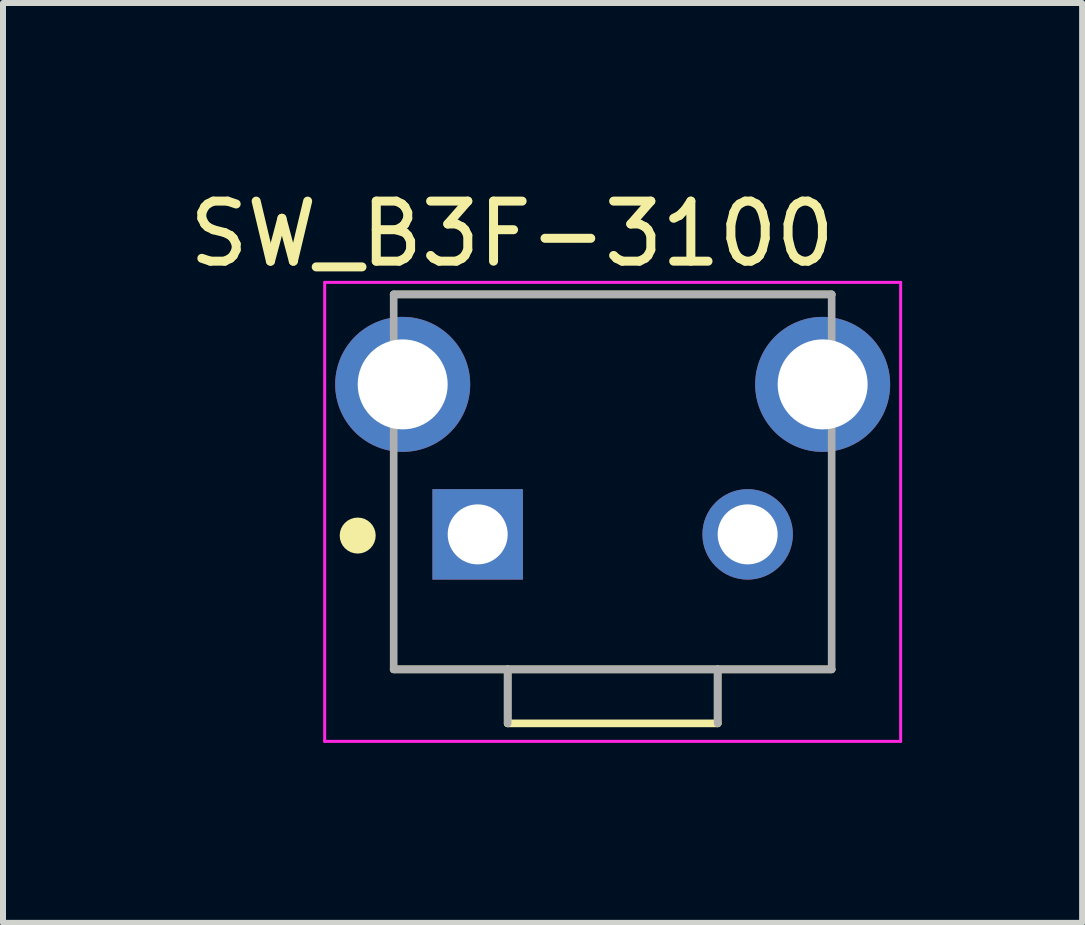
<source format=kicad_pcb>
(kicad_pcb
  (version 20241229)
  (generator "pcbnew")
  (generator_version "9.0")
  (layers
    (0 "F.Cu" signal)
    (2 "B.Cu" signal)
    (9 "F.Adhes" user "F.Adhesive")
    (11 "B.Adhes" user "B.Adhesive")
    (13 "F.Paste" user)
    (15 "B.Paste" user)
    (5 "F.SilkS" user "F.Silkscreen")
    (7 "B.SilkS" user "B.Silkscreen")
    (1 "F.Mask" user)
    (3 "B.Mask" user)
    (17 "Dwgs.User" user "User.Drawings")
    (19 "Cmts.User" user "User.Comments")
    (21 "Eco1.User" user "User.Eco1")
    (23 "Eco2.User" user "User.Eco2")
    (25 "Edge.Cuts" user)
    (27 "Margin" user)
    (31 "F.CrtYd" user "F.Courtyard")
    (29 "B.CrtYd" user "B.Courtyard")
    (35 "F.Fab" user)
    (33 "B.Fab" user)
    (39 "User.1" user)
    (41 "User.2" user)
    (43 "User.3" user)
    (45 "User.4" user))
  (footprint "SW_B3F-3100"
    (layer "F.Cu")
    (at 7.162 5.857)
    (property "Reference" "SW_B3F-3100" (at -1.676 -5.009 0) (layer "F.SilkS") (effects (font (size 1.001 1.001) (thickness 0.15))))
    (attr through_hole)
    (fp_line (start -3.65 -4) (end 3.65 -4) (stroke (width 0.127) (type solid)) (layer "F.SilkS"))
    (fp_line (start -1.75 2.25) (end -3.65 2.25) (stroke (width 0.127) (type solid)) (layer "F.SilkS"))
    (fp_line (start -1.75 3.15) (end -1.75 2.25) (stroke (width 0.127) (type solid)) (layer "F.SilkS"))
    (fp_line (start -1.75 3.15) (end 1.75 3.15) (stroke (width 0.127) (type solid)) (layer "F.SilkS"))
    (fp_line (start 1.75 2.25) (end -1.75 2.25) (stroke (width 0.127) (type solid)) (layer "F.SilkS"))
    (fp_line (start 1.75 3.15) (end 1.75 2.25) (stroke (width 0.127) (type solid)) (layer "F.SilkS"))
    (fp_line (start 3.65 2.25) (end 1.75 2.25) (stroke (width 0.127) (type solid)) (layer "F.SilkS"))
    (fp_circle (center -4.25 0.02) (end -4.1 0.02) (stroke (width 0.3) (type solid)) (fill no) (layer "F.SilkS"))
    (fp_line (start -4.8 -4.2) (end 4.8 -4.2) (stroke (width 0.05) (type solid)) (layer "F.CrtYd"))
    (fp_line (start -4.8 3.45) (end -4.8 -4.2) (stroke (width 0.05) (type solid)) (layer "F.CrtYd"))
    (fp_line (start 4.8 -4.2) (end 4.8 3.45) (stroke (width 0.05) (type solid)) (layer "F.CrtYd"))
    (fp_line (start 4.8 3.45) (end -4.8 3.45) (stroke (width 0.05) (type solid)) (layer "F.CrtYd"))
    (fp_line (start -3.65 -4) (end -3.65 2.25) (stroke (width 0.127) (type solid)) (layer "F.Fab"))
    (fp_line (start -3.65 2.25) (end -1.75 2.25) (stroke (width 0.127) (type solid)) (layer "F.Fab"))
    (fp_line (start -1.75 2.25) (end 1.75 2.25) (stroke (width 0.127) (type solid)) (layer "F.Fab"))
    (fp_line (start -1.75 3.15) (end -1.75 2.25) (stroke (width 0.127) (type solid)) (layer "F.Fab"))
    (fp_line (start 1.75 2.25) (end 3.65 2.25) (stroke (width 0.127) (type solid)) (layer "F.Fab"))
    (fp_line (start 1.75 3.15) (end 1.75 2.25) (stroke (width 0.127) (type solid)) (layer "F.Fab"))
    (fp_line (start 3.65 -4) (end -3.65 -4) (stroke (width 0.127) (type solid)) (layer "F.Fab"))
    (fp_line (start 3.65 2.25) (end 3.65 -4) (stroke (width 0.127) (type solid)) (layer "F.Fab"))
    (pad "1" thru_hole rect (at -2.25 0) (size 1.508 1.508) (drill 1) (layers "*.Cu" "*.Mask"))
    (pad "2" thru_hole circle (at 2.25 0) (size 1.508 1.508) (drill 1) (layers "*.Cu" "*.Mask"))
    (pad "3" thru_hole circle (at -3.5 -2.5) (size 2.25 2.25) (drill 1.5) (layers "*.Cu" "*.Mask"))
    (pad "4" thru_hole circle (at 3.5 -2.5) (size 2.25 2.25) (drill 1.5) (layers "*.Cu" "*.Mask")))
  (gr_rect
    (start -3 -3)
    (end 14.987 12.332)
    (stroke (width 0.1) (type default))
    (fill no)
    (layer "Edge.Cuts")))
</source>
